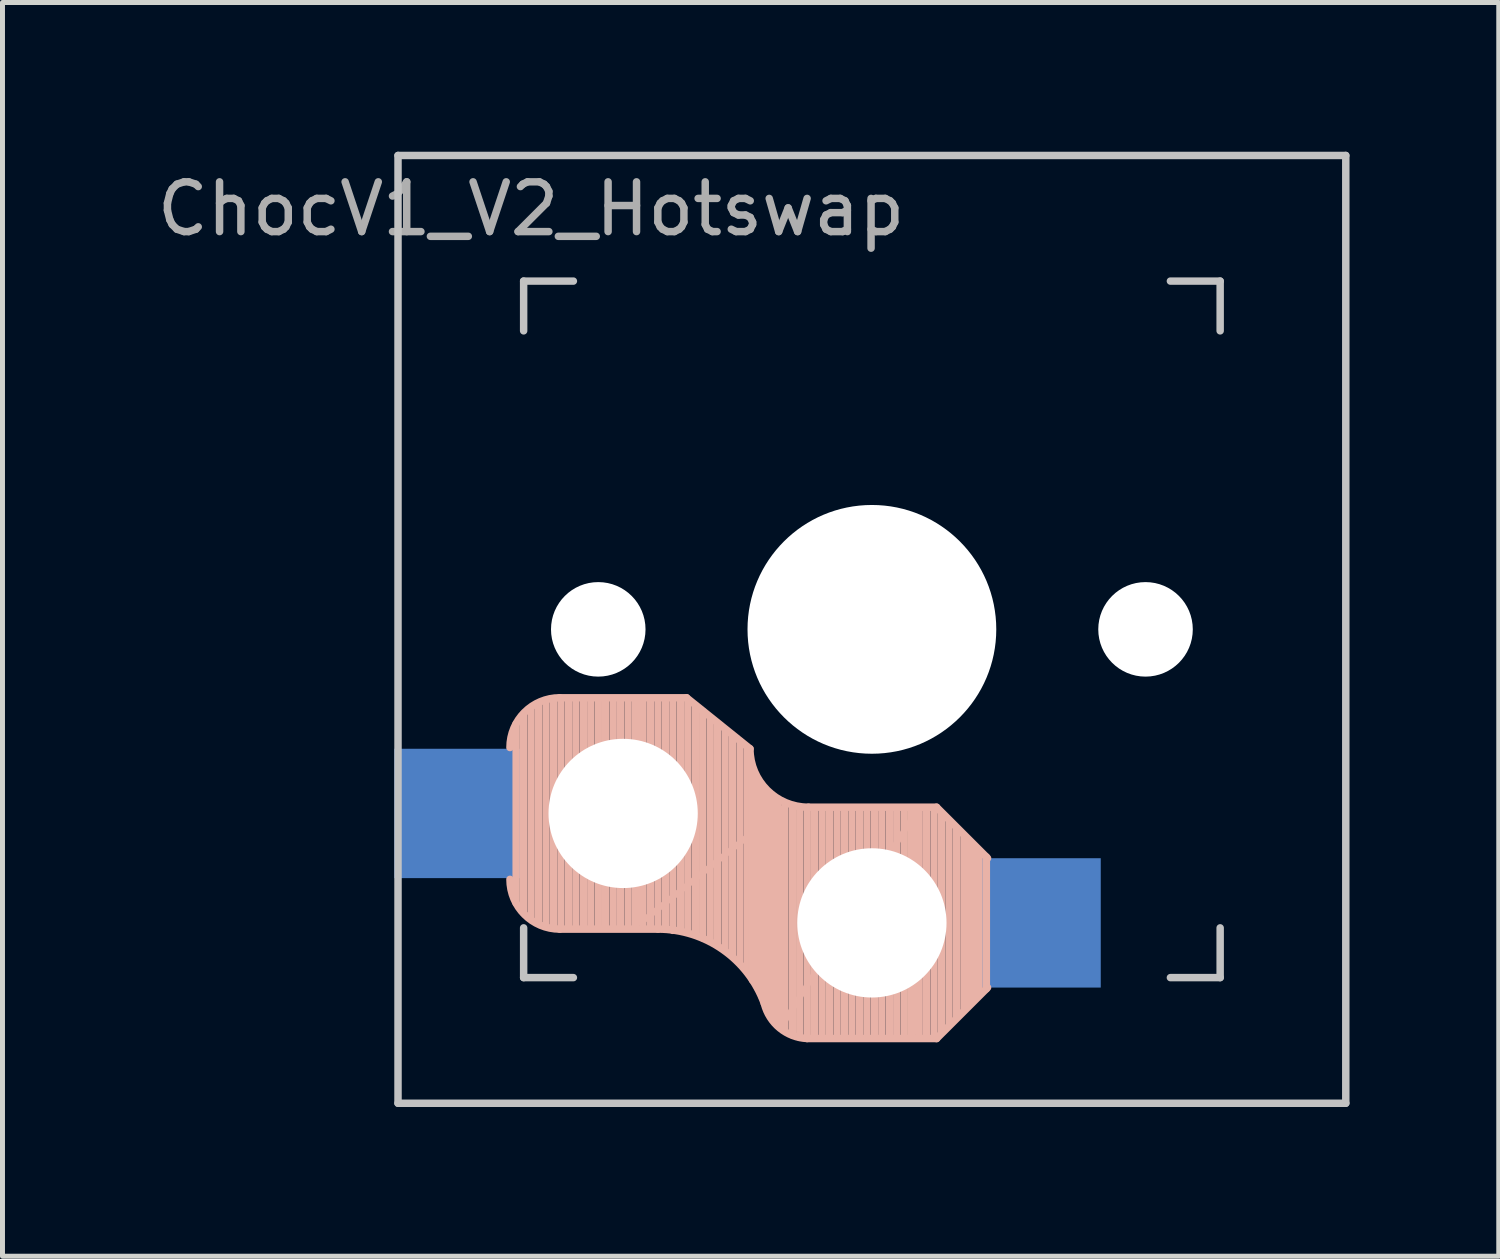
<source format=kicad_pcb>
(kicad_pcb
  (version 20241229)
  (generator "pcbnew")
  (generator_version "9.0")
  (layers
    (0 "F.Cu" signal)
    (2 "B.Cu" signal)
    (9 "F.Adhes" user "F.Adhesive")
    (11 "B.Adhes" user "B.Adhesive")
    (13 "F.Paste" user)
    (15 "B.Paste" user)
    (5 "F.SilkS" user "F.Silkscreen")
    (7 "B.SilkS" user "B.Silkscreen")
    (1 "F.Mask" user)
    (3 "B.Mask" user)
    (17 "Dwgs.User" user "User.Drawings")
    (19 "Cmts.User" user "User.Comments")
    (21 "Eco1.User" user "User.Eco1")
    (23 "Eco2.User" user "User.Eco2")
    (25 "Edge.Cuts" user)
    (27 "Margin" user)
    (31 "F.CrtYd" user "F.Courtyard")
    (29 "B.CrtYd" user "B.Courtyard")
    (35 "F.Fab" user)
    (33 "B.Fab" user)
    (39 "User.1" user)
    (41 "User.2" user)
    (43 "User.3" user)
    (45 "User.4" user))
  (footprint "ChocV1_V2_Hotswap"
    (layer "F.Cu")
    (at 14.475 9.6)
    (property "Reference" "ChocV1_V2_Hotswap" (at -6.85 -8.45 0) (layer "F.Fab") (effects (font (size 1 1) (thickness 0.15))))
    (attr through_hole)
    (fp_line (start -7.15 5.5) (end -7.15 1.9) (stroke (width 0.15) (type solid)) (layer "B.SilkS"))
    (fp_line (start -7 5.7) (end -7 1.7) (stroke (width 0.15) (type solid)) (layer "B.SilkS"))
    (fp_line (start -6.85 5.8) (end -6.85 1.6) (stroke (width 0.15) (type solid)) (layer "B.SilkS"))
    (fp_line (start -6.7 5.9) (end -6.7 1.5) (stroke (width 0.15) (type solid)) (layer "B.SilkS"))
    (fp_line (start -6.55 5.95) (end -6.55 1.45) (stroke (width 0.15) (type solid)) (layer "B.SilkS"))
    (fp_line (start -6.4 6) (end -6.4 1.45) (stroke (width 0.15) (type solid)) (layer "B.SilkS"))
    (fp_line (start -6.25 6) (end -6.25 1.4) (stroke (width 0.15) (type solid)) (layer "B.SilkS"))
    (fp_line (start -6.1 6) (end -6.1 1.4) (stroke (width 0.15) (type solid)) (layer "B.SilkS"))
    (fp_line (start -5.95 6) (end -5.95 1.4) (stroke (width 0.15) (type solid)) (layer "B.SilkS"))
    (fp_line (start -5.8 6) (end -5.8 1.4) (stroke (width 0.15) (type solid)) (layer "B.SilkS"))
    (fp_line (start -5.65 6) (end -5.65 1.4) (stroke (width 0.15) (type solid)) (layer "B.SilkS"))
    (fp_line (start -5.5 6) (end -5.5 1.4) (stroke (width 0.15) (type solid)) (layer "B.SilkS"))
    (fp_line (start -5.35 6) (end -5.35 1.4) (stroke (width 0.15) (type solid)) (layer "B.SilkS"))
    (fp_line (start -5.2 6) (end -5.2 1.4) (stroke (width 0.15) (type solid)) (layer "B.SilkS"))
    (fp_line (start -5.05 6) (end -5.05 1.4) (stroke (width 0.15) (type solid)) (layer "B.SilkS"))
    (fp_line (start -4.9 6) (end -4.9 1.4) (stroke (width 0.15) (type solid)) (layer "B.SilkS"))
    (fp_line (start -4.75 6) (end -4.75 1.4) (stroke (width 0.15) (type solid)) (layer "B.SilkS"))
    (fp_line (start -4.65 5.9) (end -4.65 1.4) (stroke (width 0.12) (type solid)) (layer "B.SilkS"))
    (fp_line (start -4.6 6) (end -4.6 1.4) (stroke (width 0.15) (type solid)) (layer "B.SilkS"))
    (fp_line (start -4.45 6) (end -4.45 1.4) (stroke (width 0.15) (type solid)) (layer "B.SilkS"))
    (fp_line (start -4.3 6) (end -4.3 1.4) (stroke (width 0.15) (type solid)) (layer "B.SilkS"))
    (fp_line (start -4.3 6.025) (end -6.275 6.025) (stroke (width 0.15) (type solid)) (layer "B.SilkS"))
    (fp_line (start -4.15 6) (end -4.15 1.45) (stroke (width 0.15) (type solid)) (layer "B.SilkS"))
    (fp_line (start -4 6.05) (end -4 1.4) (stroke (width 0.15) (type solid)) (layer "B.SilkS"))
    (fp_line (start -3.85 6.05) (end -3.85 1.4) (stroke (width 0.15) (type solid)) (layer "B.SilkS"))
    (fp_line (start -3.725 1.375) (end -6.275 1.375) (stroke (width 0.15) (type solid)) (layer "B.SilkS"))
    (fp_line (start -3.725 1.375) (end -2.45 2.4) (stroke (width 0.15) (type solid)) (layer "B.SilkS"))
    (fp_line (start -3.7 6.05) (end -3.7 1.45) (stroke (width 0.15) (type solid)) (layer "B.SilkS"))
    (fp_line (start -3.55 6.1) (end -3.55 1.55) (stroke (width 0.15) (type solid)) (layer "B.SilkS"))
    (fp_line (start -3.4 6.2) (end -3.4 1.65) (stroke (width 0.15) (type solid)) (layer "B.SilkS"))
    (fp_line (start -3.25 6.25) (end -3.25 1.8) (stroke (width 0.15) (type solid)) (layer "B.SilkS"))
    (fp_line (start -3.1 6.35) (end -3.1 1.9) (stroke (width 0.15) (type solid)) (layer "B.SilkS"))
    (fp_line (start -2.95 6.45) (end -2.95 2.05) (stroke (width 0.15) (type solid)) (layer "B.SilkS"))
    (fp_line (start -2.8 6.55) (end -2.8 2.15) (stroke (width 0.15) (type solid)) (layer "B.SilkS"))
    (fp_line (start -2.65 6.7) (end -2.65 2.25) (stroke (width 0.15) (type solid)) (layer "B.SilkS"))
    (fp_line (start -2.5 6.85) (end -2.5 2.4) (stroke (width 0.15) (type solid)) (layer "B.SilkS"))
    (fp_line (start -2.4 7.05) (end -2.4 2.9) (stroke (width 0.15) (type solid)) (layer "B.SilkS"))
    (fp_line (start -2.3 7.2) (end -2.3 3.05) (stroke (width 0.15) (type solid)) (layer "B.SilkS"))
    (fp_line (start -2.2 7.4) (end -2.2 3.25) (stroke (width 0.15) (type solid)) (layer "B.SilkS"))
    (fp_line (start -2.1 7.55) (end -2.1 3.35) (stroke (width 0.15) (type solid)) (layer "B.SilkS"))
    (fp_line (start -2 7.8) (end -2 3.4) (stroke (width 0.15) (type solid)) (layer "B.SilkS"))
    (fp_line (start -1.9 7.95) (end -1.9 3.45) (stroke (width 0.15) (type solid)) (layer "B.SilkS"))
    (fp_line (start -1.8 3.6) (end -4.65 5.9) (stroke (width 0.12) (type solid)) (layer "B.SilkS"))
    (fp_line (start -1.8 7.95) (end -1.8 3.6) (stroke (width 0.12) (type solid)) (layer "B.SilkS"))
    (fp_line (start -1.75 8.05) (end -1.75 3.5) (stroke (width 0.15) (type solid)) (layer "B.SilkS"))
    (fp_line (start -1.6 8.15) (end -1.6 3.6) (stroke (width 0.15) (type solid)) (layer "B.SilkS"))
    (fp_line (start -1.45 8.2) (end -1.45 3.6) (stroke (width 0.15) (type solid)) (layer "B.SilkS"))
    (fp_line (start -1.3 8.2) (end -1.3 3.6) (stroke (width 0.15) (type solid)) (layer "B.SilkS"))
    (fp_line (start -1.15 8.2) (end -1.15 3.65) (stroke (width 0.15) (type solid)) (layer "B.SilkS"))
    (fp_line (start -1 8.2) (end -1 3.6) (stroke (width 0.15) (type solid)) (layer "B.SilkS"))
    (fp_line (start -0.85 8.2) (end -0.85 3.6) (stroke (width 0.15) (type solid)) (layer "B.SilkS"))
    (fp_line (start -0.7 8.2) (end -0.7 3.6) (stroke (width 0.15) (type solid)) (layer "B.SilkS"))
    (fp_line (start -0.55 8.2) (end -0.55 3.6) (stroke (width 0.15) (type solid)) (layer "B.SilkS"))
    (fp_line (start -0.4 8.2) (end -0.4 3.6) (stroke (width 0.15) (type solid)) (layer "B.SilkS"))
    (fp_line (start -0.25 8.2) (end -0.25 3.6) (stroke (width 0.15) (type solid)) (layer "B.SilkS"))
    (fp_line (start -0.1 8.2) (end -0.1 3.6) (stroke (width 0.15) (type solid)) (layer "B.SilkS"))
    (fp_line (start 0.05 8.2) (end 0.05 3.6) (stroke (width 0.15) (type solid)) (layer "B.SilkS"))
    (fp_line (start 0.2 8.2) (end 0.2 3.6) (stroke (width 0.15) (type solid)) (layer "B.SilkS"))
    (fp_line (start 0.35 8.2) (end 0.35 3.6) (stroke (width 0.15) (type solid)) (layer "B.SilkS"))
    (fp_line (start 0.5 8.2) (end 0.5 3.6) (stroke (width 0.15) (type solid)) (layer "B.SilkS"))
    (fp_line (start 0.65 8.2) (end 0.65 3.6) (stroke (width 0.15) (type solid)) (layer "B.SilkS"))
    (fp_line (start 0.8 8.2) (end 0.8 3.6) (stroke (width 0.15) (type solid)) (layer "B.SilkS"))
    (fp_line (start 0.9 3.65) (end -1.8 7.95) (stroke (width 0.12) (type solid)) (layer "B.SilkS"))
    (fp_line (start 0.9 8.1) (end 0.9 3.65) (stroke (width 0.12) (type solid)) (layer "B.SilkS"))
    (fp_line (start 0.95 8.2) (end 0.95 3.6) (stroke (width 0.15) (type solid)) (layer "B.SilkS"))
    (fp_line (start 1.1 8.2) (end 1.1 3.6) (stroke (width 0.15) (type solid)) (layer "B.SilkS"))
    (fp_line (start 1.25 8.2) (end 1.25 3.6) (stroke (width 0.15) (type solid)) (layer "B.SilkS"))
    (fp_line (start 1.3 3.575) (end -1.275 3.575) (stroke (width 0.15) (type solid)) (layer "B.SilkS"))
    (fp_line (start 1.3 3.575) (end 2.325 4.6) (stroke (width 0.15) (type solid)) (layer "B.SilkS"))
    (fp_line (start 1.3 8.225) (end -1.3 8.225) (stroke (width 0.15) (type solid)) (layer "B.SilkS"))
    (fp_line (start 1.3 8.225) (end 2.325 7.2) (stroke (width 0.15) (type solid)) (layer "B.SilkS"))
    (fp_line (start 1.4 8.1) (end 1.4 3.7) (stroke (width 0.15) (type solid)) (layer "B.SilkS"))
    (fp_line (start 1.55 7.95) (end 1.55 3.85) (stroke (width 0.15) (type solid)) (layer "B.SilkS"))
    (fp_line (start 1.7 7.8) (end 1.7 4) (stroke (width 0.15) (type solid)) (layer "B.SilkS"))
    (fp_line (start 1.85 7.65) (end 1.85 4.15) (stroke (width 0.15) (type solid)) (layer "B.SilkS"))
    (fp_line (start 1.95 7.55) (end 1.95 4.25) (stroke (width 0.15) (type solid)) (layer "B.SilkS"))
    (fp_line (start 2.05 7.45) (end 2.05 4.35) (stroke (width 0.15) (type solid)) (layer "B.SilkS"))
    (fp_line (start 2.15 7.35) (end 2.15 4.45) (stroke (width 0.15) (type solid)) (layer "B.SilkS"))
    (fp_line (start 2.3 4.575) (end 2.3 7.225) (stroke (width 0.15) (type solid)) (layer "B.SilkS"))
    (fp_arc (start -7.275 2.375) (mid -6.982107 1.667893) (end -6.275 1.375) (stroke (width 0.15) (type solid)) (layer "B.SilkS"))
    (fp_arc (start -6.275 6.025) (mid -6.982107 5.732107) (end -7.275 5.025) (stroke (width 0.15) (type solid)) (layer "B.SilkS"))
    (fp_arc (start -4.3 6.025) (mid -2.995114 6.436429) (end -2.162199 7.521904) (stroke (width 0.15) (type solid)) (layer "B.SilkS"))
    (fp_arc (start -1.300995 8.223791) (mid -1.848284 8.016021) (end -2.162199 7.521904) (stroke (width 0.15) (type solid)) (layer "B.SilkS"))
    (fp_arc (start -1.275 3.575) (mid -2.10585 3.23085) (end -2.45 2.4) (stroke (width 0.15) (type solid)) (layer "B.SilkS"))
    (fp_line (start -9.525 -9.525) (end 9.525 -9.525) (stroke (width 0.15) (type solid)) (layer "Dwgs.User"))
    (fp_line (start -9.525 9.525) (end -9.525 -9.525) (stroke (width 0.15) (type solid)) (layer "Dwgs.User"))
    (fp_line (start -7 -7) (end -6 -7) (stroke (width 0.15) (type solid)) (layer "Dwgs.User"))
    (fp_line (start -7 -6) (end -7 -7) (stroke (width 0.15) (type solid)) (layer "Dwgs.User"))
    (fp_line (start -7 7) (end -7 6) (stroke (width 0.15) (type solid)) (layer "Dwgs.User"))
    (fp_line (start -6 7) (end -7 7) (stroke (width 0.15) (type solid)) (layer "Dwgs.User"))
    (fp_line (start 6 7) (end 7 7) (stroke (width 0.15) (type solid)) (layer "Dwgs.User"))
    (fp_line (start 7 -7) (end 6 -7) (stroke (width 0.15) (type solid)) (layer "Dwgs.User"))
    (fp_line (start 7 -6) (end 7 -7) (stroke (width 0.15) (type solid)) (layer "Dwgs.User"))
    (fp_line (start 7 7) (end 7 6) (stroke (width 0.15) (type solid)) (layer "Dwgs.User"))
    (fp_line (start 9.525 -9.525) (end 9.525 9.525) (stroke (width 0.15) (type solid)) (layer "Dwgs.User"))
    (fp_line (start 9.525 9.525) (end -9.525 9.525) (stroke (width 0.15) (type solid)) (layer "Dwgs.User"))
    (pad "" np_thru_hole circle (at -5.5 0 90) (size 1.9 1.9) (drill 1.9) (layers "*.Cu"))
    (pad "" np_thru_hole circle (at -5 3.7 90) (size 3 3) (drill 3) (layers "*.Cu" "*.Mask"))
    (pad "" np_thru_hole circle (at 0 0 90) (size 5 5) (drill 5) (layers "*.Cu"))
    (pad "" np_thru_hole circle (at 0 5.9 90) (size 3 3) (drill 3) (layers "*.Cu" "*.Mask"))
    (pad "" np_thru_hole circle (at 5.5 0 90) (size 1.9 1.9) (drill 1.9) (layers "*.Cu"))
    (pad "1" smd rect (at -8.3 3.7 180) (size 2.6 2.6) (layers "B.Cu" "B.Mask" "B.Paste"))
    (pad "2" smd rect (at 3.3 5.9 180) (size 2.6 2.6) (layers "B.Cu" "B.Mask" "B.Paste")))
  (gr_rect
    (start -3 -3)
    (end 27.075 22.2)
    (stroke (width 0.1) (type default))
    (fill no)
    (layer "Edge.Cuts")))
</source>
